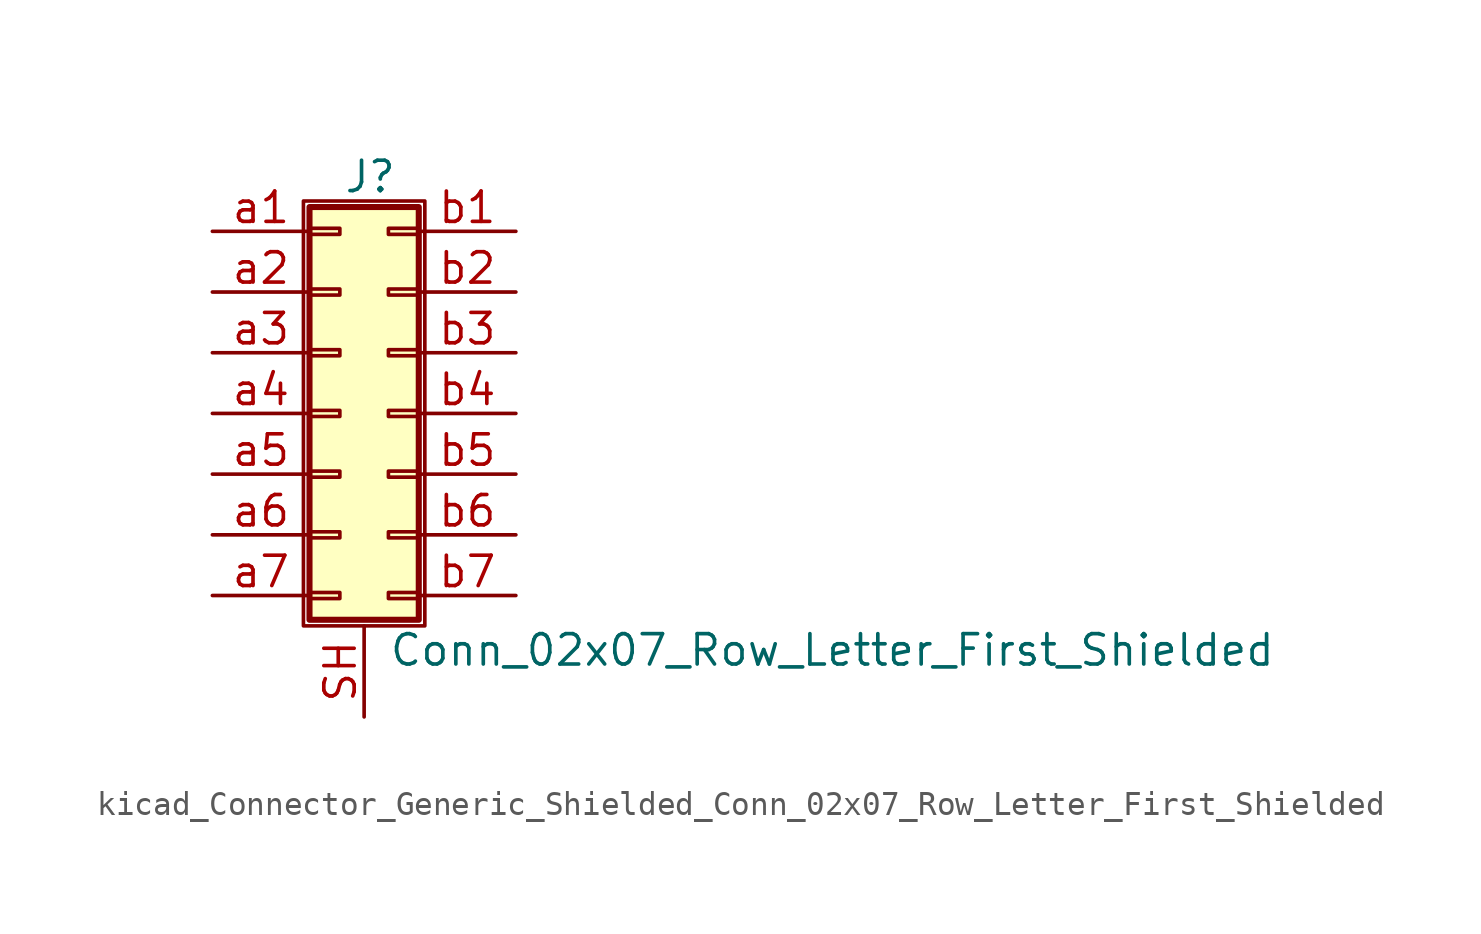
<source format=kicad_sym>
(kicad_symbol_lib
  (version 20220914)
  (generator kicad_symbol_editor)
  (symbol "kicad_Connector_Generic_Shielded_Conn_02x07_Row_Letter_First_Shielded"
    (pin_names
      (offset 1.016) hide)
    (property "Reference" "J"
      (at 1.524 9.906 0)
      (effects (font (size 1.27 1.27))))
    (property "Value" "Conn_02x07_Row_Letter_First_Shielded"
      (at 2.286 -9.906 0)
      (effects (font (size 1.27 1.27)) (justify left)))
    (symbol "kicad_Connector_Generic_Shielded_Conn_02x07_Row_Letter_First_Shielded_1_1"
      (rectangle (start -1.27 8.89) (end 3.81 -8.89) (stroke (width 0.152) (type default)) (fill (type none)))
      (rectangle (start -1.016 -7.493) (end 0.254 -7.747) (stroke (width 0.152) (type default)) (fill (type none)))
      (rectangle (start -1.016 -4.953) (end 0.254 -5.207) (stroke (width 0.152) (type default)) (fill (type none)))
      (rectangle (start -1.016 -2.413) (end 0.254 -2.667) (stroke (width 0.152) (type default)) (fill (type none)))
      (rectangle (start -1.016 0.127) (end 0.254 -0.127) (stroke (width 0.152) (type default)) (fill (type none)))
      (rectangle (start -1.016 2.667) (end 0.254 2.413) (stroke (width 0.152) (type default)) (fill (type none)))
      (rectangle (start -1.016 5.207) (end 0.254 4.953) (stroke (width 0.152) (type default)) (fill (type none)))
      (rectangle (start -1.016 7.747) (end 0.254 7.493) (stroke (width 0.152) (type default)) (fill (type none)))
      (rectangle (start -1.016 8.636) (end 3.556 -8.636) (stroke (width 0.254) (type default)) (fill (type background)))
      (rectangle (start 3.556 -7.493) (end 2.286 -7.747) (stroke (width 0.152) (type default)) (fill (type none)))
      (rectangle (start 3.556 -4.953) (end 2.286 -5.207) (stroke (width 0.152) (type default)) (fill (type none)))
      (rectangle (start 3.556 -2.413) (end 2.286 -2.667) (stroke (width 0.152) (type default)) (fill (type none)))
      (rectangle (start 3.556 0.127) (end 2.286 -0.127) (stroke (width 0.152) (type default)) (fill (type none)))
      (rectangle (start 3.556 2.667) (end 2.286 2.413) (stroke (width 0.152) (type default)) (fill (type none)))
      (rectangle (start 3.556 5.207) (end 2.286 4.953) (stroke (width 0.152) (type default)) (fill (type none)))
      (rectangle (start 3.556 7.747) (end 2.286 7.493) (stroke (width 0.152) (type default)) (fill (type none)))
      (pin passive line (at 1.27 -12.7 90) (length 3.81) (name "Shield" (effects (font (size 1.27 1.27)))) (number "SH" (effects (font (size 1.27 1.27)))))
      (pin passive line (at -5.08 7.62 0) (length 4.064) (name "Pin_a1" (effects (font (size 1.27 1.27)))) (number "a1" (effects (font (size 1.27 1.27)))))
      (pin passive line (at -5.08 5.08 0) (length 4.064) (name "Pin_a2" (effects (font (size 1.27 1.27)))) (number "a2" (effects (font (size 1.27 1.27)))))
      (pin passive line (at -5.08 2.54 0) (length 4.064) (name "Pin_a3" (effects (font (size 1.27 1.27)))) (number "a3" (effects (font (size 1.27 1.27)))))
      (pin passive line (at -5.08 0 0) (length 4.064) (name "Pin_a4" (effects (font (size 1.27 1.27)))) (number "a4" (effects (font (size 1.27 1.27)))))
      (pin passive line (at -5.08 -2.54 0) (length 4.064) (name "Pin_a5" (effects (font (size 1.27 1.27)))) (number "a5" (effects (font (size 1.27 1.27)))))
      (pin passive line (at -5.08 -5.08 0) (length 4.064) (name "Pin_a6" (effects (font (size 1.27 1.27)))) (number "a6" (effects (font (size 1.27 1.27)))))
      (pin passive line (at -5.08 -7.62 0) (length 4.064) (name "Pin_a7" (effects (font (size 1.27 1.27)))) (number "a7" (effects (font (size 1.27 1.27)))))
      (pin passive line (at 7.62 7.62 180) (length 4.064) (name "Pin_b1" (effects (font (size 1.27 1.27)))) (number "b1" (effects (font (size 1.27 1.27)))))
      (pin passive line (at 7.62 5.08 180) (length 4.064) (name "Pin_b2" (effects (font (size 1.27 1.27)))) (number "b2" (effects (font (size 1.27 1.27)))))
      (pin passive line (at 7.62 2.54 180) (length 4.064) (name "Pin_b3" (effects (font (size 1.27 1.27)))) (number "b3" (effects (font (size 1.27 1.27)))))
      (pin passive line (at 7.62 0 180) (length 4.064) (name "Pin_b4" (effects (font (size 1.27 1.27)))) (number "b4" (effects (font (size 1.27 1.27)))))
      (pin passive line (at 7.62 -2.54 180) (length 4.064) (name "Pin_b5" (effects (font (size 1.27 1.27)))) (number "b5" (effects (font (size 1.27 1.27)))))
      (pin passive line (at 7.62 -5.08 180) (length 4.064) (name "Pin_b6" (effects (font (size 1.27 1.27)))) (number "b6" (effects (font (size 1.27 1.27)))))
      (pin passive line (at 7.62 -7.62 180) (length 4.064) (name "Pin_b7" (effects (font (size 1.27 1.27)))) (number "b7" (effects (font (size 1.27 1.27))))))))
</source>
